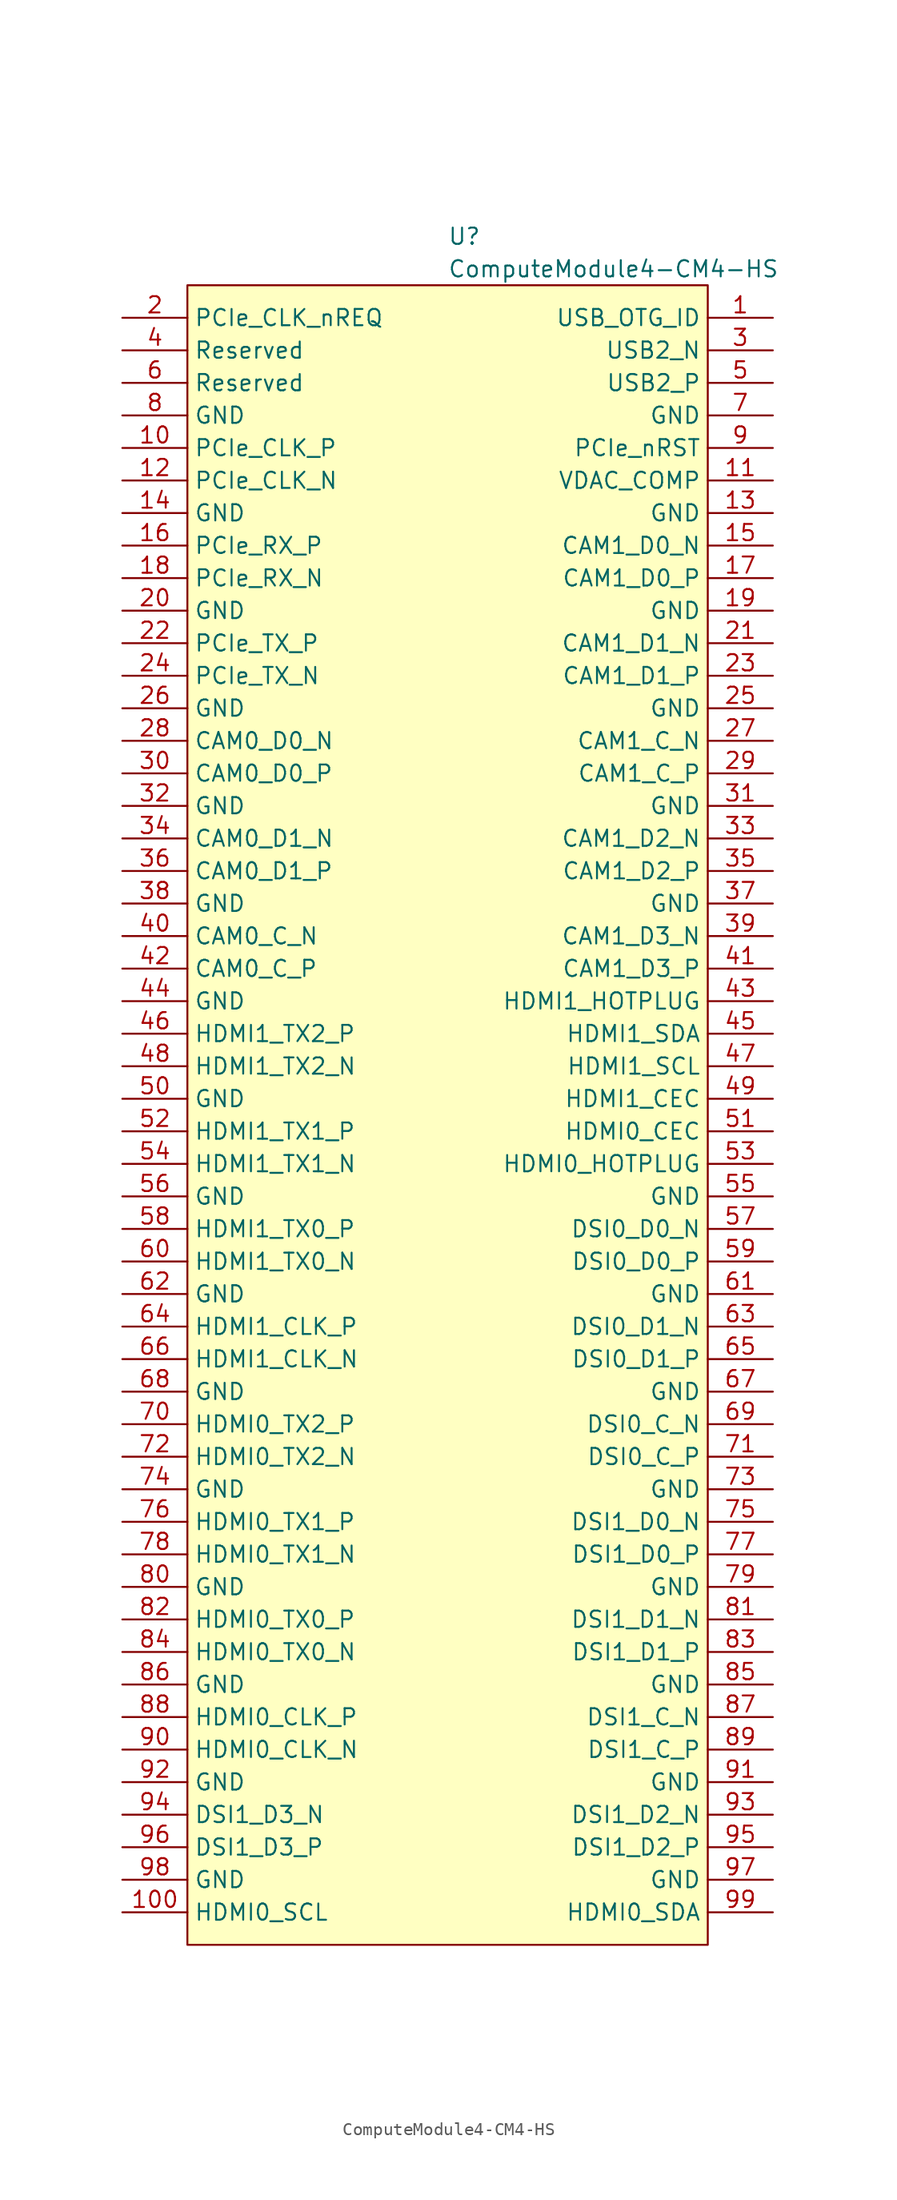
<source format=kicad_sym>
(kicad_symbol_lib
  (version 20220914)
  (generator kicad_symbol_editor)
  (symbol "ComputeModule4-CM4-HS"
    (property "Reference" "U"
      (at 0 67.31 0)
      (effects (font (size 1.27 1.27)) (justify left)))
    (property "Value" "ComputeModule4-CM4-HS"
      (at 0 64.77 0)
      (effects (font (size 1.27 1.27)) (justify left)))
    (symbol "ComputeModule4-CM4-HS_1_1"
      (rectangle (start -20.32 63.5) (end 20.32 -66.04) (stroke (width 0) (type default)) (fill (type background)))
      (pin input line (at 25.4 60.96 180) (length 5.08) (name "USB_OTG_ID" (effects (font (size 1.27 1.27)))) (number "1" (effects (font (size 1.27 1.27)))))
      (pin output line (at -25.4 50.8 0) (length 5.08) (name "PCIe_CLK_P" (effects (font (size 1.27 1.27)))) (number "10" (effects (font (size 1.27 1.27)))))
      (pin open_collector line (at -25.4 -63.5 0) (length 5.08) (name "HDMI0_SCL" (effects (font (size 1.27 1.27)))) (number "100" (effects (font (size 1.27 1.27)))))
      (pin passive line (at 25.4 48.26 180) (length 5.08) (name "VDAC_COMP" (effects (font (size 1.27 1.27)))) (number "11" (effects (font (size 1.27 1.27)))))
      (pin output line (at -25.4 48.26 0) (length 5.08) (name "PCIe_CLK_N" (effects (font (size 1.27 1.27)))) (number "12" (effects (font (size 1.27 1.27)))))
      (pin power_in line (at 25.4 45.72 180) (length 5.08) (name "GND" (effects (font (size 1.27 1.27)))) (number "13" (effects (font (size 1.27 1.27)))))
      (pin power_in line (at -25.4 45.72 0) (length 5.08) (name "GND" (effects (font (size 1.27 1.27)))) (number "14" (effects (font (size 1.27 1.27)))))
      (pin input line (at 25.4 43.18 180) (length 5.08) (name "CAM1_D0_N" (effects (font (size 1.27 1.27)))) (number "15" (effects (font (size 1.27 1.27)))))
      (pin input line (at -25.4 43.18 0) (length 5.08) (name "PCIe_RX_P" (effects (font (size 1.27 1.27)))) (number "16" (effects (font (size 1.27 1.27)))))
      (pin input line (at 25.4 40.64 180) (length 5.08) (name "CAM1_D0_P" (effects (font (size 1.27 1.27)))) (number "17" (effects (font (size 1.27 1.27)))))
      (pin input line (at -25.4 40.64 0) (length 5.08) (name "PCIe_RX_N" (effects (font (size 1.27 1.27)))) (number "18" (effects (font (size 1.27 1.27)))))
      (pin power_in line (at 25.4 38.1 180) (length 5.08) (name "GND" (effects (font (size 1.27 1.27)))) (number "19" (effects (font (size 1.27 1.27)))))
      (pin input line (at -25.4 60.96 0) (length 5.08) (name "PCIe_CLK_nREQ" (effects (font (size 1.27 1.27)))) (number "2" (effects (font (size 1.27 1.27)))))
      (pin power_in line (at -25.4 38.1 0) (length 5.08) (name "GND" (effects (font (size 1.27 1.27)))) (number "20" (effects (font (size 1.27 1.27)))))
      (pin input line (at 25.4 35.56 180) (length 5.08) (name "CAM1_D1_N" (effects (font (size 1.27 1.27)))) (number "21" (effects (font (size 1.27 1.27)))))
      (pin output line (at -25.4 35.56 0) (length 5.08) (name "PCIe_TX_P" (effects (font (size 1.27 1.27)))) (number "22" (effects (font (size 1.27 1.27)))))
      (pin input line (at 25.4 33.02 180) (length 5.08) (name "CAM1_D1_P" (effects (font (size 1.27 1.27)))) (number "23" (effects (font (size 1.27 1.27)))))
      (pin output line (at -25.4 33.02 0) (length 5.08) (name "PCIe_TX_N" (effects (font (size 1.27 1.27)))) (number "24" (effects (font (size 1.27 1.27)))))
      (pin power_in line (at 25.4 30.48 180) (length 5.08) (name "GND" (effects (font (size 1.27 1.27)))) (number "25" (effects (font (size 1.27 1.27)))))
      (pin power_in line (at -25.4 30.48 0) (length 5.08) (name "GND" (effects (font (size 1.27 1.27)))) (number "26" (effects (font (size 1.27 1.27)))))
      (pin input line (at 25.4 27.94 180) (length 5.08) (name "CAM1_C_N" (effects (font (size 1.27 1.27)))) (number "27" (effects (font (size 1.27 1.27)))))
      (pin input line (at -25.4 27.94 0) (length 5.08) (name "CAM0_D0_N" (effects (font (size 1.27 1.27)))) (number "28" (effects (font (size 1.27 1.27)))))
      (pin input line (at 25.4 25.4 180) (length 5.08) (name "CAM1_C_P" (effects (font (size 1.27 1.27)))) (number "29" (effects (font (size 1.27 1.27)))))
      (pin passive line (at 25.4 58.42 180) (length 5.08) (name "USB2_N" (effects (font (size 1.27 1.27)))) (number "3" (effects (font (size 1.27 1.27)))))
      (pin input line (at -25.4 25.4 0) (length 5.08) (name "CAM0_D0_P" (effects (font (size 1.27 1.27)))) (number "30" (effects (font (size 1.27 1.27)))))
      (pin power_in line (at 25.4 22.86 180) (length 5.08) (name "GND" (effects (font (size 1.27 1.27)))) (number "31" (effects (font (size 1.27 1.27)))))
      (pin power_in line (at -25.4 22.86 0) (length 5.08) (name "GND" (effects (font (size 1.27 1.27)))) (number "32" (effects (font (size 1.27 1.27)))))
      (pin input line (at 25.4 20.32 180) (length 5.08) (name "CAM1_D2_N" (effects (font (size 1.27 1.27)))) (number "33" (effects (font (size 1.27 1.27)))))
      (pin input line (at -25.4 20.32 0) (length 5.08) (name "CAM0_D1_N" (effects (font (size 1.27 1.27)))) (number "34" (effects (font (size 1.27 1.27)))))
      (pin input line (at 25.4 17.78 180) (length 5.08) (name "CAM1_D2_P" (effects (font (size 1.27 1.27)))) (number "35" (effects (font (size 1.27 1.27)))))
      (pin input line (at -25.4 17.78 0) (length 5.08) (name "CAM0_D1_P" (effects (font (size 1.27 1.27)))) (number "36" (effects (font (size 1.27 1.27)))))
      (pin power_in line (at 25.4 15.24 180) (length 5.08) (name "GND" (effects (font (size 1.27 1.27)))) (number "37" (effects (font (size 1.27 1.27)))))
      (pin power_in line (at -25.4 15.24 0) (length 5.08) (name "GND" (effects (font (size 1.27 1.27)))) (number "38" (effects (font (size 1.27 1.27)))))
      (pin input line (at 25.4 12.7 180) (length 5.08) (name "CAM1_D3_N" (effects (font (size 1.27 1.27)))) (number "39" (effects (font (size 1.27 1.27)))))
      (pin passive line (at -25.4 58.42 0) (length 5.08) (name "Reserved" (effects (font (size 1.27 1.27)))) (number "4" (effects (font (size 1.27 1.27)))))
      (pin input line (at -25.4 12.7 0) (length 5.08) (name "CAM0_C_N" (effects (font (size 1.27 1.27)))) (number "40" (effects (font (size 1.27 1.27)))))
      (pin input line (at 25.4 10.16 180) (length 5.08) (name "CAM1_D3_P" (effects (font (size 1.27 1.27)))) (number "41" (effects (font (size 1.27 1.27)))))
      (pin input line (at -25.4 10.16 0) (length 5.08) (name "CAM0_C_P" (effects (font (size 1.27 1.27)))) (number "42" (effects (font (size 1.27 1.27)))))
      (pin input line (at 25.4 7.62 180) (length 5.08) (name "HDMI1_HOTPLUG" (effects (font (size 1.27 1.27)))) (number "43" (effects (font (size 1.27 1.27)))))
      (pin power_in line (at -25.4 7.62 0) (length 5.08) (name "GND" (effects (font (size 1.27 1.27)))) (number "44" (effects (font (size 1.27 1.27)))))
      (pin bidirectional line (at 25.4 5.08 180) (length 5.08) (name "HDMI1_SDA" (effects (font (size 1.27 1.27)))) (number "45" (effects (font (size 1.27 1.27)))))
      (pin output line (at -25.4 5.08 0) (length 5.08) (name "HDMI1_TX2_P" (effects (font (size 1.27 1.27)))) (number "46" (effects (font (size 1.27 1.27)))))
      (pin open_collector line (at 25.4 2.54 180) (length 5.08) (name "HDMI1_SCL" (effects (font (size 1.27 1.27)))) (number "47" (effects (font (size 1.27 1.27)))))
      (pin output line (at -25.4 2.54 0) (length 5.08) (name "HDMI1_TX2_N" (effects (font (size 1.27 1.27)))) (number "48" (effects (font (size 1.27 1.27)))))
      (pin open_collector line (at 25.4 0 180) (length 5.08) (name "HDMI1_CEC" (effects (font (size 1.27 1.27)))) (number "49" (effects (font (size 1.27 1.27)))))
      (pin passive line (at 25.4 55.88 180) (length 5.08) (name "USB2_P" (effects (font (size 1.27 1.27)))) (number "5" (effects (font (size 1.27 1.27)))))
      (pin power_in line (at -25.4 0 0) (length 5.08) (name "GND" (effects (font (size 1.27 1.27)))) (number "50" (effects (font (size 1.27 1.27)))))
      (pin open_collector line (at 25.4 -2.54 180) (length 5.08) (name "HDMI0_CEC" (effects (font (size 1.27 1.27)))) (number "51" (effects (font (size 1.27 1.27)))))
      (pin output line (at -25.4 -2.54 0) (length 5.08) (name "HDMI1_TX1_P" (effects (font (size 1.27 1.27)))) (number "52" (effects (font (size 1.27 1.27)))))
      (pin input line (at 25.4 -5.08 180) (length 5.08) (name "HDMI0_HOTPLUG" (effects (font (size 1.27 1.27)))) (number "53" (effects (font (size 1.27 1.27)))))
      (pin output line (at -25.4 -5.08 0) (length 5.08) (name "HDMI1_TX1_N" (effects (font (size 1.27 1.27)))) (number "54" (effects (font (size 1.27 1.27)))))
      (pin power_in line (at 25.4 -7.62 180) (length 5.08) (name "GND" (effects (font (size 1.27 1.27)))) (number "55" (effects (font (size 1.27 1.27)))))
      (pin power_in line (at -25.4 -7.62 0) (length 5.08) (name "GND" (effects (font (size 1.27 1.27)))) (number "56" (effects (font (size 1.27 1.27)))))
      (pin output line (at 25.4 -10.16 180) (length 5.08) (name "DSI0_D0_N" (effects (font (size 1.27 1.27)))) (number "57" (effects (font (size 1.27 1.27)))))
      (pin output line (at -25.4 -10.16 0) (length 5.08) (name "HDMI1_TX0_P" (effects (font (size 1.27 1.27)))) (number "58" (effects (font (size 1.27 1.27)))))
      (pin output line (at 25.4 -12.7 180) (length 5.08) (name "DSI0_D0_P" (effects (font (size 1.27 1.27)))) (number "59" (effects (font (size 1.27 1.27)))))
      (pin passive line (at -25.4 55.88 0) (length 5.08) (name "Reserved" (effects (font (size 1.27 1.27)))) (number "6" (effects (font (size 1.27 1.27)))))
      (pin output line (at -25.4 -12.7 0) (length 5.08) (name "HDMI1_TX0_N" (effects (font (size 1.27 1.27)))) (number "60" (effects (font (size 1.27 1.27)))))
      (pin power_in line (at 25.4 -15.24 180) (length 5.08) (name "GND" (effects (font (size 1.27 1.27)))) (number "61" (effects (font (size 1.27 1.27)))))
      (pin power_in line (at -25.4 -15.24 0) (length 5.08) (name "GND" (effects (font (size 1.27 1.27)))) (number "62" (effects (font (size 1.27 1.27)))))
      (pin output line (at 25.4 -17.78 180) (length 5.08) (name "DSI0_D1_N" (effects (font (size 1.27 1.27)))) (number "63" (effects (font (size 1.27 1.27)))))
      (pin output line (at -25.4 -17.78 0) (length 5.08) (name "HDMI1_CLK_P" (effects (font (size 1.27 1.27)))) (number "64" (effects (font (size 1.27 1.27)))))
      (pin output line (at 25.4 -20.32 180) (length 5.08) (name "DSI0_D1_P" (effects (font (size 1.27 1.27)))) (number "65" (effects (font (size 1.27 1.27)))))
      (pin output line (at -25.4 -20.32 0) (length 5.08) (name "HDMI1_CLK_N" (effects (font (size 1.27 1.27)))) (number "66" (effects (font (size 1.27 1.27)))))
      (pin power_in line (at 25.4 -22.86 180) (length 5.08) (name "GND" (effects (font (size 1.27 1.27)))) (number "67" (effects (font (size 1.27 1.27)))))
      (pin power_in line (at -25.4 -22.86 0) (length 5.08) (name "GND" (effects (font (size 1.27 1.27)))) (number "68" (effects (font (size 1.27 1.27)))))
      (pin output line (at 25.4 -25.4 180) (length 5.08) (name "DSI0_C_N" (effects (font (size 1.27 1.27)))) (number "69" (effects (font (size 1.27 1.27)))))
      (pin power_in line (at 25.4 53.34 180) (length 5.08) (name "GND" (effects (font (size 1.27 1.27)))) (number "7" (effects (font (size 1.27 1.27)))))
      (pin output line (at -25.4 -25.4 0) (length 5.08) (name "HDMI0_TX2_P" (effects (font (size 1.27 1.27)))) (number "70" (effects (font (size 1.27 1.27)))))
      (pin output line (at 25.4 -27.94 180) (length 5.08) (name "DSI0_C_P" (effects (font (size 1.27 1.27)))) (number "71" (effects (font (size 1.27 1.27)))))
      (pin output line (at -25.4 -27.94 0) (length 5.08) (name "HDMI0_TX2_N" (effects (font (size 1.27 1.27)))) (number "72" (effects (font (size 1.27 1.27)))))
      (pin power_in line (at 25.4 -30.48 180) (length 5.08) (name "GND" (effects (font (size 1.27 1.27)))) (number "73" (effects (font (size 1.27 1.27)))))
      (pin power_in line (at -25.4 -30.48 0) (length 5.08) (name "GND" (effects (font (size 1.27 1.27)))) (number "74" (effects (font (size 1.27 1.27)))))
      (pin output line (at 25.4 -33.02 180) (length 5.08) (name "DSI1_D0_N" (effects (font (size 1.27 1.27)))) (number "75" (effects (font (size 1.27 1.27)))))
      (pin output line (at -25.4 -33.02 0) (length 5.08) (name "HDMI0_TX1_P" (effects (font (size 1.27 1.27)))) (number "76" (effects (font (size 1.27 1.27)))))
      (pin output line (at 25.4 -35.56 180) (length 5.08) (name "DSI1_D0_P" (effects (font (size 1.27 1.27)))) (number "77" (effects (font (size 1.27 1.27)))))
      (pin output line (at -25.4 -35.56 0) (length 5.08) (name "HDMI0_TX1_N" (effects (font (size 1.27 1.27)))) (number "78" (effects (font (size 1.27 1.27)))))
      (pin power_in line (at 25.4 -38.1 180) (length 5.08) (name "GND" (effects (font (size 1.27 1.27)))) (number "79" (effects (font (size 1.27 1.27)))))
      (pin power_in line (at -25.4 53.34 0) (length 5.08) (name "GND" (effects (font (size 1.27 1.27)))) (number "8" (effects (font (size 1.27 1.27)))))
      (pin power_in line (at -25.4 -38.1 0) (length 5.08) (name "GND" (effects (font (size 1.27 1.27)))) (number "80" (effects (font (size 1.27 1.27)))))
      (pin output line (at 25.4 -40.64 180) (length 5.08) (name "DSI1_D1_N" (effects (font (size 1.27 1.27)))) (number "81" (effects (font (size 1.27 1.27)))))
      (pin output line (at -25.4 -40.64 0) (length 5.08) (name "HDMI0_TX0_P" (effects (font (size 1.27 1.27)))) (number "82" (effects (font (size 1.27 1.27)))))
      (pin output line (at 25.4 -43.18 180) (length 5.08) (name "DSI1_D1_P" (effects (font (size 1.27 1.27)))) (number "83" (effects (font (size 1.27 1.27)))))
      (pin output line (at -25.4 -43.18 0) (length 5.08) (name "HDMI0_TX0_N" (effects (font (size 1.27 1.27)))) (number "84" (effects (font (size 1.27 1.27)))))
      (pin power_in line (at 25.4 -45.72 180) (length 5.08) (name "GND" (effects (font (size 1.27 1.27)))) (number "85" (effects (font (size 1.27 1.27)))))
      (pin power_in line (at -25.4 -45.72 0) (length 5.08) (name "GND" (effects (font (size 1.27 1.27)))) (number "86" (effects (font (size 1.27 1.27)))))
      (pin output line (at 25.4 -48.26 180) (length 5.08) (name "DSI1_C_N" (effects (font (size 1.27 1.27)))) (number "87" (effects (font (size 1.27 1.27)))))
      (pin output line (at -25.4 -48.26 0) (length 5.08) (name "HDMI0_CLK_P" (effects (font (size 1.27 1.27)))) (number "88" (effects (font (size 1.27 1.27)))))
      (pin output line (at 25.4 -50.8 180) (length 5.08) (name "DSI1_C_P" (effects (font (size 1.27 1.27)))) (number "89" (effects (font (size 1.27 1.27)))))
      (pin bidirectional line (at 25.4 50.8 180) (length 5.08) (name "PCIe_nRST" (effects (font (size 1.27 1.27)))) (number "9" (effects (font (size 1.27 1.27)))))
      (pin output line (at -25.4 -50.8 0) (length 5.08) (name "HDMI0_CLK_N" (effects (font (size 1.27 1.27)))) (number "90" (effects (font (size 1.27 1.27)))))
      (pin power_in line (at 25.4 -53.34 180) (length 5.08) (name "GND" (effects (font (size 1.27 1.27)))) (number "91" (effects (font (size 1.27 1.27)))))
      (pin power_in line (at -25.4 -53.34 0) (length 5.08) (name "GND" (effects (font (size 1.27 1.27)))) (number "92" (effects (font (size 1.27 1.27)))))
      (pin output line (at 25.4 -55.88 180) (length 5.08) (name "DSI1_D2_N" (effects (font (size 1.27 1.27)))) (number "93" (effects (font (size 1.27 1.27)))))
      (pin output line (at -25.4 -55.88 0) (length 5.08) (name "DSI1_D3_N" (effects (font (size 1.27 1.27)))) (number "94" (effects (font (size 1.27 1.27)))))
      (pin output line (at 25.4 -58.42 180) (length 5.08) (name "DSI1_D2_P" (effects (font (size 1.27 1.27)))) (number "95" (effects (font (size 1.27 1.27)))))
      (pin output line (at -25.4 -58.42 0) (length 5.08) (name "DSI1_D3_P" (effects (font (size 1.27 1.27)))) (number "96" (effects (font (size 1.27 1.27)))))
      (pin power_in line (at 25.4 -60.96 180) (length 5.08) (name "GND" (effects (font (size 1.27 1.27)))) (number "97" (effects (font (size 1.27 1.27)))))
      (pin power_in line (at -25.4 -60.96 0) (length 5.08) (name "GND" (effects (font (size 1.27 1.27)))) (number "98" (effects (font (size 1.27 1.27)))))
      (pin bidirectional line (at 25.4 -63.5 180) (length 5.08) (name "HDMI0_SDA" (effects (font (size 1.27 1.27)))) (number "99" (effects (font (size 1.27 1.27))))))))
</source>
